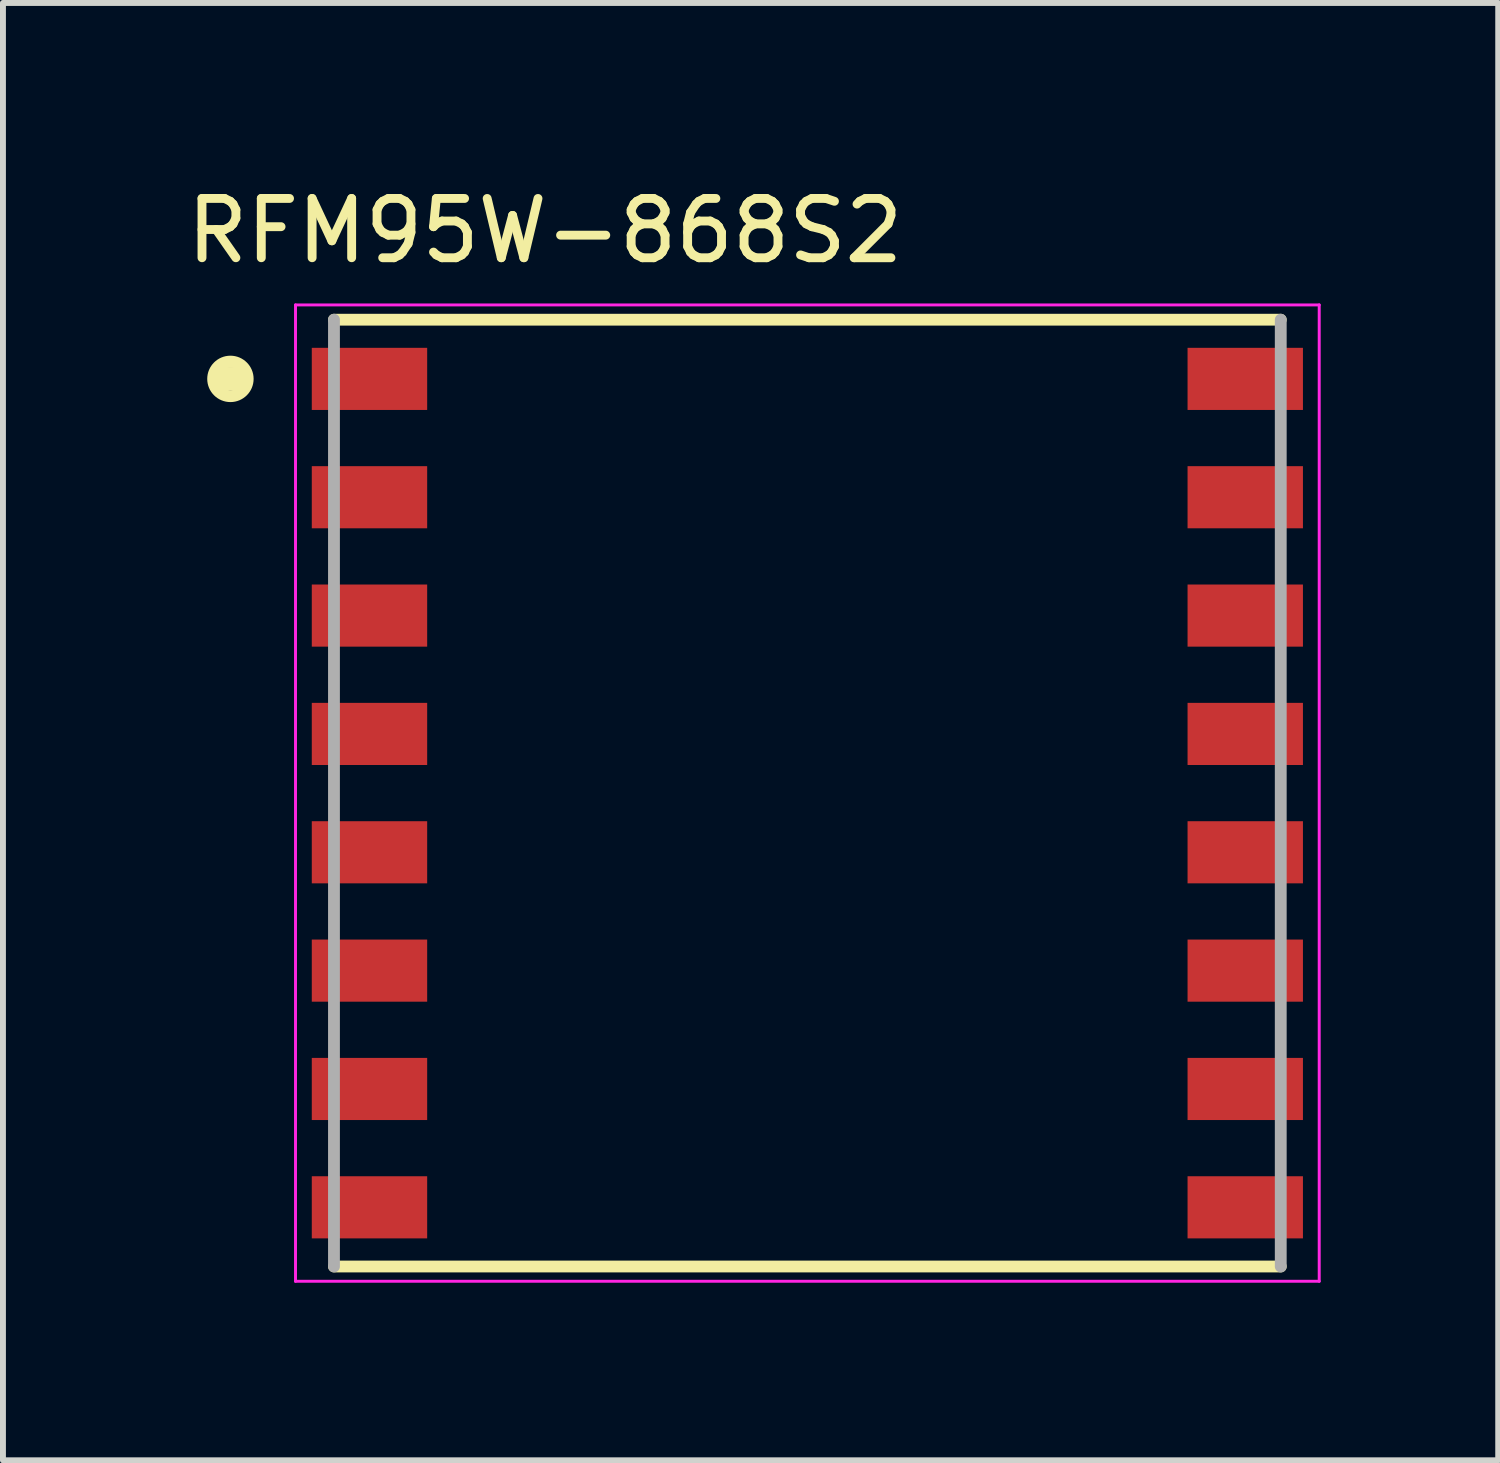
<source format=kicad_pcb>
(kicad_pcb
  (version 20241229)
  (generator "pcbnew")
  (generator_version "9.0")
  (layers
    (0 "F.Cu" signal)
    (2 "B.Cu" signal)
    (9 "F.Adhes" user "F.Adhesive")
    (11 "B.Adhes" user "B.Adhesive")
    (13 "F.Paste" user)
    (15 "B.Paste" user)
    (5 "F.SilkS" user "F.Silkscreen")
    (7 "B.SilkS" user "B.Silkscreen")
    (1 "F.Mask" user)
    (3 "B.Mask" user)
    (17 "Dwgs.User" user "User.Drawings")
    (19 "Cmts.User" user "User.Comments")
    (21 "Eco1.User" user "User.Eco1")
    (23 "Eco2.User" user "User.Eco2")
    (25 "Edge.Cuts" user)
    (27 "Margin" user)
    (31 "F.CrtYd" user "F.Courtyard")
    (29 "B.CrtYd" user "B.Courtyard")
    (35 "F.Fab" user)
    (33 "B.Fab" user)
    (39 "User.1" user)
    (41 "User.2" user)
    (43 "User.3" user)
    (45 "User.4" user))
  (footprint "RFM95W-868S2"
    (layer "F.Cu")
    (at 10.594 10.353)
    (property "Reference" "RFM95W-868S2" (at -4.433 -9.503 0) (layer "F.SilkS") (effects (font (size 1.002 1.002) (thickness 0.15))))
    (attr through_hole)
    (fp_line (start -8 -8) (end 8 -8) (stroke (width 0.2) (type solid)) (layer "F.SilkS"))
    (fp_line (start 8 8) (end -8 8) (stroke (width 0.2) (type solid)) (layer "F.SilkS"))
    (fp_circle (center -9.75 -7) (end -9.458 -7) (stroke (width 0.2) (type solid)) (fill no) (layer "F.SilkS"))
    (fp_poly (pts (xy -10.011 -7.2) (xy -9.5 -7.2) (xy -9.5 -6.808) (xy -10.011 -6.808)) (stroke (width 0.01) (type solid)) (fill yes) (layer "F.SilkS"))
    (fp_line (start -8.65 -8.25) (end 8.65 -8.25) (stroke (width 0.05) (type solid)) (layer "F.CrtYd"))
    (fp_line (start -8.65 8.25) (end -8.65 -8.25) (stroke (width 0.05) (type solid)) (layer "F.CrtYd"))
    (fp_line (start 8.65 -8.25) (end 8.65 8.25) (stroke (width 0.05) (type solid)) (layer "F.CrtYd"))
    (fp_line (start 8.65 8.25) (end -8.65 8.25) (stroke (width 0.05) (type solid)) (layer "F.CrtYd"))
    (fp_line (start -8 8) (end -8 -8) (stroke (width 0.2) (type solid)) (layer "F.Fab"))
    (fp_line (start 8 -8) (end 8 8) (stroke (width 0.2) (type solid)) (layer "F.Fab"))
    (pad "1" smd rect (at -7.4 -7) (size 1.95 1.05) (layers "F.Cu" "F.Mask" "F.Paste"))
    (pad "2" smd rect (at -7.4 -5) (size 1.95 1.05) (layers "F.Cu" "F.Mask" "F.Paste"))
    (pad "3" smd rect (at -7.4 -3) (size 1.95 1.05) (layers "F.Cu" "F.Mask" "F.Paste"))
    (pad "4" smd rect (at -7.4 -1) (size 1.95 1.05) (layers "F.Cu" "F.Mask" "F.Paste"))
    (pad "5" smd rect (at -7.4 1) (size 1.95 1.05) (layers "F.Cu" "F.Mask" "F.Paste"))
    (pad "6" smd rect (at -7.4 3) (size 1.95 1.05) (layers "F.Cu" "F.Mask" "F.Paste"))
    (pad "7" smd rect (at -7.4 5) (size 1.95 1.05) (layers "F.Cu" "F.Mask" "F.Paste"))
    (pad "8" smd rect (at -7.4 7) (size 1.95 1.05) (layers "F.Cu" "F.Mask" "F.Paste"))
    (pad "9" smd rect (at 7.4 7 180) (size 1.95 1.05) (layers "F.Cu" "F.Mask" "F.Paste"))
    (pad "10" smd rect (at 7.4 5 180) (size 1.95 1.05) (layers "F.Cu" "F.Mask" "F.Paste"))
    (pad "11" smd rect (at 7.4 3 180) (size 1.95 1.05) (layers "F.Cu" "F.Mask" "F.Paste"))
    (pad "12" smd rect (at 7.4 1 180) (size 1.95 1.05) (layers "F.Cu" "F.Mask" "F.Paste"))
    (pad "13" smd rect (at 7.4 -1 180) (size 1.95 1.05) (layers "F.Cu" "F.Mask" "F.Paste"))
    (pad "14" smd rect (at 7.4 -3 180) (size 1.95 1.05) (layers "F.Cu" "F.Mask" "F.Paste"))
    (pad "15" smd rect (at 7.4 -5 180) (size 1.95 1.05) (layers "F.Cu" "F.Mask" "F.Paste"))
    (pad "16" smd rect (at 7.4 -7 180) (size 1.95 1.05) (layers "F.Cu" "F.Mask" "F.Paste")))
  (gr_rect
    (start -3 -3)
    (end 22.269 21.628)
    (stroke (width 0.1) (type default))
    (fill no)
    (layer "Edge.Cuts")))
</source>
